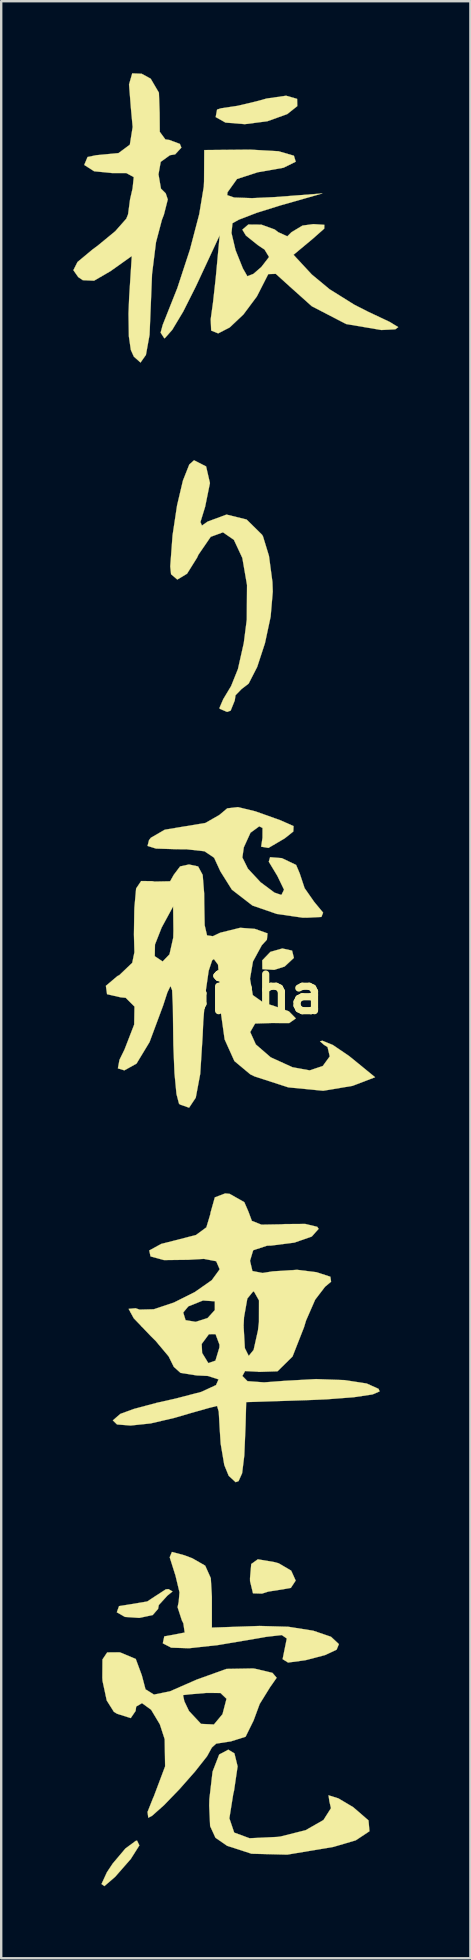
<source format=kicad_pcb>
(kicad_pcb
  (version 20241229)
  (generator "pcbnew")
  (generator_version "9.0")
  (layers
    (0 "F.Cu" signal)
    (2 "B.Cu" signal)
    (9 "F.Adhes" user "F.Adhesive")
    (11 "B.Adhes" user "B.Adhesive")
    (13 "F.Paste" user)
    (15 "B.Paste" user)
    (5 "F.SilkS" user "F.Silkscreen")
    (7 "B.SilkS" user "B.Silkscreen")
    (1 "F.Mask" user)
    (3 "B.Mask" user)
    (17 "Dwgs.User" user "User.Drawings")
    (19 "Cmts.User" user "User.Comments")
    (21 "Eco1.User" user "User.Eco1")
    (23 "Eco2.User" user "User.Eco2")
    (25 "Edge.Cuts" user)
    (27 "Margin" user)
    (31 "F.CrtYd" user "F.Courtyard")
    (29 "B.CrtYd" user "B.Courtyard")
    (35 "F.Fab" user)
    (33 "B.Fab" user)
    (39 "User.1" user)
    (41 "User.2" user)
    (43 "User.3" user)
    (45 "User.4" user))
  (footprint "bisha"
    (layer "F.Cu")
    (at 7.358 38.337)
    (property "Reference" "bisha" (at 0 0 0) (layer "F.SilkS") (effects (font (size 1.524 1.524) (thickness 0.3))))
    (attr through_hole)
    (fp_poly (pts (xy 1.752 -1.811) (xy 1.827 -1.508) (xy 1.442 -1.148) (xy 1.009 -1.01) (xy 0.515 -1.039) (xy 0.51 -1.401) (xy 0.512 -1.407) (xy 0.849 -1.759) (xy 1.346 -1.9) (xy 1.752 -1.811)) (stroke (width 0.01) (type solid)) (fill yes) (layer "F.SilkS"))
    (fp_poly (pts (xy -4.606 35.441) (xy -4.964 36.007) (xy -5.613 36.749) (xy -6.063 37.137) (xy -6.182 37.049) (xy -5.957 36.56) (xy -5.715 36.195) (xy -5.186 35.569) (xy -4.756 35.252) (xy -4.702 35.242) (xy -4.606 35.441)) (stroke (width 0.01) (type solid)) (fill yes) (layer "F.SilkS"))
    (fp_poly (pts (xy 0.993 23.643) (xy 1.191 23.695) (xy 1.714 24.002) (xy 1.902 24.416) (xy 1.7 24.721) (xy 1.455 24.765) (xy 0.757 24.876) (xy 0.502 24.958) (xy 0.125 24.947) (xy 0.002 24.439) (xy 0 24.323) (xy 0.052 23.726) (xy 0.326 23.53) (xy 0.993 23.643)) (stroke (width 0.01) (type solid)) (fill yes) (layer "F.SilkS"))
    (fp_poly (pts (xy 1.961 -37.271) (xy 1.968 -36.969) (xy 1.551 -36.637) (xy 0.723 -36.339) (xy -0.216 -36.218) (xy -1.021 -36.284) (xy -1.429 -36.513) (xy -1.371 -36.825) (xy -1.209 -36.878) (xy -0.515 -36.982) (xy 0.256 -37.165) (xy 0.696 -37.286) (xy 1.503 -37.402) (xy 1.961 -37.271)) (stroke (width 0.01) (type solid)) (fill yes) (layer "F.SilkS"))
    (fp_poly (pts (xy -3.226 24.87) (xy -3.44 25.043) (xy -3.797 25.435) (xy -3.827 25.594) (xy -4.05 25.851) (xy -4.607 25.97) (xy -5.207 25.929) (xy -5.545 25.736) (xy -5.452 25.479) (xy -4.959 25.4) (xy -4.279 25.286) (xy -3.969 25.082) (xy -3.505 24.781) (xy -3.394 24.77) (xy -3.226 24.87)) (stroke (width 0.01) (type solid)) (fill yes) (layer "F.SilkS"))
    (fp_poly (pts (xy -0.649 31.609) (xy -0.516 32.151) (xy -0.664 33.161) (xy -0.696 33.292) (xy -0.859 34.314) (xy -0.658 34.908) (xy -0.018 35.143) (xy 1.136 35.088) (xy 1.27 35.071) (xy 2.316 34.808) (xy 3.058 34.384) (xy 3.371 33.891) (xy 3.305 33.608) (xy 3.269 33.355) (xy 3.682 33.484) (xy 4.297 33.85) (xy 4.934 34.401) (xy 4.973 34.852) (xy 4.403 35.23) (xy 3.468 35.505) (xy 1.549 35.826) (xy 0.063 35.788) (xy -0.953 35.458) (xy -1.438 35.123) (xy -1.66 34.638) (xy -1.699 33.789) (xy -1.692 33.519) (xy -1.558 32.37) (xy -1.282 31.657) (xy -0.904 31.455) (xy -0.649 31.609)) (stroke (width 0.01) (type solid)) (fill yes) (layer "F.SilkS"))
    (fp_poly (pts (xy -2.722 23.366) (xy -2.402 23.487) (xy -1.865 23.795) (xy -1.632 24.315) (xy -1.587 25.086) (xy -1.587 26.374) (xy 0.397 26.305) (xy 1.596 26.339) (xy 2.63 26.502) (xy 3.374 26.756) (xy 3.701 27.061) (xy 3.606 27.292) (xy 3.127 27.517) (xy 2.335 27.725) (xy 2.282 27.735) (xy 1.585 27.829) (xy 1.358 27.687) (xy 1.445 27.254) (xy 1.532 26.828) (xy 1.324 26.684) (xy 0.676 26.758) (xy 0.433 26.802) (xy -1.322 27.099) (xy -2.537 27.233) (xy -3.28 27.209) (xy -3.624 27.031) (xy -3.629 27.024) (xy -3.568 26.739) (xy -3.183 26.67) (xy -2.719 26.579) (xy -2.775 26.194) (xy -2.835 26.077) (xy -3.015 25.525) (xy -2.968 25.299) (xy -2.935 24.904) (xy -3.105 24.196) (xy -3.122 24.146) (xy -3.343 23.446) (xy -3.25 23.223) (xy -2.722 23.366)) (stroke (width 0.01) (type solid)) (fill yes) (layer "F.SilkS"))
    (fp_poly (pts (xy -1.828 -21.969) (xy -1.668 -21.276) (xy -1.868 -20.289) (xy -2.064 -19.652) (xy -2.001 -19.507) (xy -1.76 -19.674) (xy -0.977 -19.964) (xy -0.141 -19.758) (xy 0.505 -19.121) (xy 0.543 -19.05) (xy 0.79 -18.242) (xy 0.934 -17.159) (xy 0.948 -16.755) (xy 0.859 -15.713) (xy 0.623 -14.609) (xy 0.299 -13.62) (xy -0.057 -12.926) (xy -0.352 -12.7) (xy -0.603 -12.442) (xy -0.635 -12.224) (xy -0.806 -11.801) (xy -0.953 -11.748) (xy -1.262 -11.879) (xy -1.27 -11.917) (xy -1.114 -12.28) (xy -0.786 -12.826) (xy -0.502 -13.533) (xy -0.259 -14.614) (xy -0.134 -15.593) (xy -0.124 -17.032) (xy -0.319 -18.159) (xy -0.67 -18.911) (xy -1.125 -19.225) (xy -1.635 -19.039) (xy -2.148 -18.291) (xy -2.203 -18.17) (xy -2.621 -17.502) (xy -3.026 -17.258) (xy -3.286 -17.48) (xy -3.32 -17.806) (xy -3.224 -19.101) (xy -3.037 -20.343) (xy -2.793 -21.377) (xy -2.527 -22.05) (xy -2.33 -22.225) (xy -1.828 -21.969)) (stroke (width 0.01) (type solid)) (fill yes) (layer "F.SilkS"))
    (fp_poly (pts (xy 0.228 -7.608) (xy 1.27 -7.236) (xy 1.813 -6.995) (xy 1.803 -6.769) (xy 1.447 -6.485) (xy 0.769 -6.086) (xy 0.465 -6.138) (xy 0.52 -6.509) (xy 0.522 -6.917) (xy 0.385 -6.985) (xy 0.02 -6.718) (xy -0.258 -6.109) (xy -0.318 -5.689) (xy -0.088 -5.224) (xy 0.438 -4.658) (xy 1.017 -4.226) (xy 1.307 -4.128) (xy 1.417 -4.347) (xy 1.135 -4.929) (xy 1.124 -4.946) (xy 0.782 -5.512) (xy 0.836 -5.7) (xy 1.326 -5.661) (xy 1.92 -5.378) (xy 2.068 -5.029) (xy 2.273 -4.412) (xy 2.673 -3.839) (xy 3.044 -3.391) (xy 2.973 -3.212) (xy 2.37 -3.181) (xy 2.192 -3.182) (xy 1.117 -3.337) (xy 0.1 -3.688) (xy -0.754 -4.348) (xy -1.233 -5.11) (xy -1.494 -5.677) (xy -1.894 -5.947) (xy -2.641 -6.029) (xy -3.039 -6.032) (xy -3.914 -6.059) (xy -4.266 -6.169) (xy -4.204 -6.411) (xy -4.128 -6.509) (xy -3.549 -6.844) (xy -2.708 -6.985) (xy -2.699 -6.985) (xy -1.855 -7.126) (xy -1.267 -7.464) (xy -1.264 -7.468) (xy -0.947 -7.734) (xy -0.501 -7.785) (xy 0.228 -7.608)) (stroke (width 0.01) (type solid)) (fill yes) (layer "F.SilkS"))
    (fp_poly (pts (xy -4.51 -38.317) (xy -4.134 -38.111) (xy -3.792 -37.528) (xy -3.762 -36.687) (xy -3.756 -35.899) (xy -3.524 -35.584) (xy -3.358 -35.56) (xy -2.92 -35.396) (xy -2.857 -35.242) (xy -3.115 -34.961) (xy -3.334 -34.925) (xy -3.717 -34.649) (xy -3.81 -34.131) (xy -3.707 -33.534) (xy -3.509 -33.337) (xy -3.423 -33.084) (xy -3.583 -32.453) (xy -3.667 -32.236) (xy -3.914 -31.3) (xy -4.078 -29.983) (xy -4.128 -28.744) (xy -4.182 -27.444) (xy -4.333 -26.611) (xy -4.558 -26.293) (xy -4.836 -26.54) (xy -4.961 -26.818) (xy -5.043 -27.385) (xy -5.058 -28.331) (xy -5.031 -29.007) (xy -4.921 -30.729) (xy -5.806 -30.099) (xy -6.492 -29.701) (xy -6.96 -29.722) (xy -7.152 -29.852) (xy -7.353 -30.139) (xy -7.181 -30.48) (xy -6.559 -30.998) (xy -6.347 -31.154) (xy -5.609 -31.762) (xy -5.15 -32.282) (xy -5.076 -32.466) (xy -4.994 -33.082) (xy -4.888 -33.546) (xy -4.839 -34.012) (xy -5.147 -34.181) (xy -5.731 -34.181) (xy -6.489 -34.257) (xy -6.893 -34.515) (xy -6.898 -34.528) (xy -6.762 -34.852) (xy -6.402 -34.925) (xy -5.477 -35.013) (xy -5.003 -35.362) (xy -4.885 -36.101) (xy -4.956 -36.866) (xy -5.036 -37.871) (xy -4.903 -38.332) (xy -4.51 -38.317)) (stroke (width 0.01) (type solid)) (fill yes) (layer "F.SilkS"))
    (fp_poly (pts (xy -5.403 27.408) (xy -4.756 27.679) (xy -4.503 28.362) (xy -4.35 28.943) (xy -3.998 29.162) (xy -3.333 29.027) (xy -2.241 28.548) (xy -2.241 28.547) (xy -0.981 28.094) (xy 0.132 28.074) (xy 0.231 28.091) (xy 0.935 28.258) (xy 1.11 28.462) (xy 0.857 28.825) (xy 0.849 28.833) (xy 0.403 29.554) (xy 0.149 30.242) (xy -0.184 30.917) (xy -0.809 31.115) (xy -0.828 31.115) (xy -1.409 31.205) (xy -1.587 31.366) (xy -1.788 31.731) (xy -2.288 32.365) (xy -2.936 33.1) (xy -3.583 33.77) (xy -4.076 34.208) (xy -4.234 34.29) (xy -4.266 34.049) (xy -4.034 33.465) (xy -4.01 33.417) (xy -3.534 32.151) (xy -3.552 31.02) (xy -3.753 30.401) (xy -4.117 29.793) (xy -4.496 29.519) (xy -4.738 29.661) (xy -4.763 29.845) (xy -4.965 30.141) (xy -5.536 29.96) (xy -5.666 29.882) (xy -5.965 29.407) (xy -6.012 29.184) (xy -2.789 29.184) (xy -2.733 29.441) (xy -2.54 29.845) (xy -2.038 30.382) (xy -1.502 30.407) (xy -1.145 29.978) (xy -0.978 29.337) (xy -1.23 29.096) (xy -1.826 29.094) (xy -2.494 29.15) (xy -2.789 29.184) (xy -6.012 29.184) (xy -6.139 28.596) (xy -6.148 28.457) (xy -6.142 27.7) (xy -5.944 27.405) (xy -5.436 27.404) (xy -5.403 27.408)) (stroke (width 0.01) (type solid)) (fill yes) (layer "F.SilkS"))
    (fp_poly (pts (xy 1.186 -35.091) (xy 1.828 -34.904) (xy 1.904 -34.655) (xy 1.396 -34.404) (xy 0.318 -34.214) (xy -0.541 -33.935) (xy -0.936 -33.382) (xy -0.948 -33.263) (xy -0.663 -33.164) (xy 0.086 -33.138) (xy 1.032 -33.182) (xy 3.016 -33.334) (xy 1.27 -32.837) (xy 0.272 -32.525) (xy -0.47 -32.239) (xy -0.73 -32.093) (xy -0.771 -31.687) (xy -0.602 -30.973) (xy -0.297 -30.213) (xy -0.11 -29.887) (xy 0.142 -29.985) (xy 0.473 -30.273) (xy 0.793 -30.688) (xy 0.606 -30.996) (xy 0.33 -31.181) (xy -0.171 -31.582) (xy -0.318 -31.826) (xy -0.071 -32.039) (xy 0.475 -32.034) (xy 1.03 -31.833) (xy 1.171 -31.722) (xy 1.554 -31.549) (xy 1.729 -31.722) (xy 2.186 -31.996) (xy 2.638 -32.057) (xy 3.095 -32.027) (xy 3.091 -31.869) (xy 2.614 -31.447) (xy 2.573 -31.413) (xy 1.812 -30.779) (xy 2.573 -29.959) (xy 3.313 -29.345) (xy 4.345 -28.7) (xy 4.921 -28.407) (xy 5.81 -27.988) (xy 6.171 -27.768) (xy 6.049 -27.677) (xy 5.495 -27.649) (xy 5.461 -27.649) (xy 4.001 -27.897) (xy 2.572 -28.638) (xy 1.637 -29.475) (xy 1.074 -29.986) (xy 0.76 -29.975) (xy 0.743 -29.94) (xy 0.288 -29.048) (xy -0.274 -28.294) (xy -0.845 -27.755) (xy -1.325 -27.507) (xy -1.616 -27.626) (xy -1.636 -28.099) (xy -1.538 -28.806) (xy -1.427 -29.81) (xy -1.394 -30.163) (xy -1.262 -31.591) (xy -2.261 -29.448) (xy -2.781 -28.415) (xy -3.237 -27.655) (xy -3.541 -27.312) (xy -3.569 -27.305) (xy -3.721 -27.538) (xy -3.634 -27.861) (xy -3.025 -29.395) (xy -2.5 -30.998) (xy -2.113 -32.473) (xy -1.923 -33.621) (xy -1.913 -33.842) (xy -1.905 -35.14) (xy 0 -35.158) (xy 1.186 -35.091)) (stroke (width 0.01) (type solid)) (fill yes) (layer "F.SilkS"))
    (fp_poly (pts (xy -2.16 -5.315) (xy -1.97 -4.962) (xy -1.908 -4.184) (xy -1.905 -3.799) (xy -1.887 -2.867) (xy -1.789 -2.446) (xy -1.545 -2.411) (xy -1.24 -2.556) (xy -0.409 -2.761) (xy 0.202 -2.716) (xy 0.729 -2.529) (xy 0.704 -2.266) (xy 0.49 -2.032) (xy 0.123 -1.357) (xy 0 -0.638) (xy 0.117 0.042) (xy 0.595 0.381) (xy 0.953 0.476) (xy 1.619 0.717) (xy 1.905 1.008) (xy 1.905 1.014) (xy 1.633 1.206) (xy 0.965 1.204) (xy 0.953 1.202) (xy 0.213 1.225) (xy 0.009 1.579) (xy 0.243 2.096) (xy 0.862 2.631) (xy 1.767 3.044) (xy 2.485 3.175) (xy 3.03 2.992) (xy 3.32 2.594) (xy 3.229 2.205) (xy 3.078 2.109) (xy 2.914 1.964) (xy 3.016 1.941) (xy 3.45 2.118) (xy 4.117 2.571) (xy 4.271 2.694) (xy 5.208 3.46) (xy 4.271 3.819) (xy 3.048 4.024) (xy 1.593 3.882) (xy 0.185 3.425) (xy 0.009 3.338) (xy -0.65 2.787) (xy -1.056 1.886) (xy -1.246 0.533) (xy -1.27 -0.421) (xy -1.33 -1.225) (xy -1.503 -1.458) (xy -1.574 -1.41) (xy -1.72 -0.974) (xy -1.851 -0.066) (xy -1.946 1.15) (xy -1.971 1.723) (xy -2.072 3.32) (xy -2.258 4.312) (xy -2.536 4.729) (xy -2.918 4.595) (xy -2.957 4.557) (xy -3.061 4.158) (xy -3.144 3.29) (xy -3.191 2.121) (xy -3.196 1.773) (xy -3.211 0.521) (xy -3.242 -0.161) (xy -3.311 -0.337) (xy -3.439 -0.071) (xy -3.617 0.476) (xy -4.182 1.997) (xy -4.725 2.894) (xy -5.231 3.175) (xy -5.5 3.092) (xy -5.434 2.736) (xy -5.222 2.302) (xy -4.822 1.268) (xy -4.809 0.519) (xy -5.176 0.153) (xy -5.385 0.134) (xy -5.951 0.004) (xy -6 -0.345) (xy -5.519 -0.751) (xy -5.441 -0.79) (xy -4.903 -1.303) (xy -4.845 -1.581) (xy -3.965 -1.581) (xy -3.961 -1.575) (xy -3.636 -1.359) (xy -3.352 -1.656) (xy -3.196 -2.349) (xy -3.188 -2.638) (xy -3.2 -3.651) (xy -3.678 -2.771) (xy -3.956 -2.064) (xy -3.965 -1.581) (xy -4.845 -1.581) (xy -4.812 -1.742) (xy -4.832 -2.484) (xy -4.817 -3.465) (xy -4.812 -3.609) (xy -4.741 -4.397) (xy -4.532 -4.708) (xy -4.062 -4.702) (xy -3.969 -4.685) (xy -3.325 -4.698) (xy -3.175 -4.965) (xy -2.91 -5.316) (xy -2.54 -5.397) (xy -2.16 -5.315)) (stroke (width 0.01) (type solid)) (fill yes) (layer "F.SilkS"))
    (fp_poly (pts (xy -0.85 8.315) (xy -0.237 8.661) (xy -0.068 9.05) (xy 0.078 9.441) (xy 0.478 9.599) (xy 1.31 9.584) (xy 1.441 9.574) (xy 2.3 9.568) (xy 2.8 9.688) (xy 2.857 9.773) (xy 2.572 10.093) (xy 1.847 10.346) (xy 0.876 10.47) (xy 0.714 10.473) (xy 0.132 10.664) (xy 0 11.105) (xy 0.101 11.529) (xy 0.525 11.61) (xy 0.941 11.543) (xy 1.961 11.478) (xy 2.766 11.577) (xy 3.346 11.766) (xy 3.376 11.973) (xy 3.125 12.183) (xy 2.713 12.722) (xy 2.333 13.592) (xy 2.25 13.867) (xy 1.771 15.087) (xy 1.146 15.703) (xy 0.359 15.729) (xy 0.333 15.721) (xy -0.205 15.693) (xy -0.318 15.898) (xy -0.104 16.114) (xy 0.588 16.164) (xy 1.44 16.1) (xy 2.75 16.027) (xy 3.939 16.07) (xy 4.857 16.211) (xy 5.352 16.434) (xy 5.397 16.539) (xy 5.104 16.666) (xy 4.319 16.783) (xy 3.187 16.87) (xy 2.619 16.895) (xy -0.159 16.986) (xy -0.184 17.939) (xy -0.237 19.204) (xy -0.328 19.946) (xy -0.476 20.275) (xy -0.598 20.32) (xy -0.887 20.054) (xy -1.07 19.606) (xy -1.221 18.717) (xy -1.266 18.018) (xy -1.301 17.384) (xy -1.371 17.145) (xy -1.705 17.228) (xy -2.46 17.441) (xy -3.149 17.643) (xy -4.136 17.873) (xy -4.972 17.961) (xy -5.537 17.916) (xy -5.711 17.747) (xy -5.397 17.476) (xy -4.837 17.271) (xy -3.89 17.017) (xy -3.096 16.839) (xy -2.024 16.559) (xy -1.415 16.277) (xy -1.31 16.04) (xy -1.753 15.897) (xy -2.223 15.875) (xy -2.891 15.77) (xy -3.175 15.517) (xy -3.175 15.512) (xy -3.388 15.082) (xy -3.821 14.565) (xy -2.011 14.565) (xy -1.993 14.939) (xy -1.734 15.362) (xy -1.439 15.26) (xy -1.274 14.712) (xy -1.27 14.596) (xy -1.435 14.155) (xy -1.711 14.159) (xy -2.011 14.565) (xy -3.821 14.565) (xy -3.918 14.448) (xy -4.128 14.24) (xy -4.526 13.823) (xy -0.266 13.823) (xy -0.214 14.74) (xy -0.053 15.063) (xy 0.151 14.811) (xy 0.332 14) (xy 0.372 13.654) (xy 0.374 12.751) (xy 0.168 12.387) (xy 0.128 12.383) (xy -0.111 12.675) (xy -0.249 13.456) (xy -0.266 13.823) (xy -4.526 13.823) (xy -4.84 13.495) (xy -4.971 13.256) (xy -2.78 13.256) (xy -2.682 13.574) (xy -2.26 13.644) (xy -1.766 13.486) (xy -1.464 13.154) (xy -1.465 12.789) (xy -1.954 12.756) (xy -1.961 12.757) (xy -2.567 13) (xy -2.78 13.256) (xy -4.971 13.256) (xy -5.053 13.104) (xy -4.762 13.078) (xy -4.597 13.135) (xy -4.005 13.12) (xy -3.167 12.84) (xy -2.293 12.401) (xy -1.592 11.91) (xy -1.273 11.473) (xy -1.27 11.438) (xy -1.408 11.121) (xy -1.919 11.023) (xy -2.568 11.061) (xy -3.581 11.073) (xy -4.14 10.92) (xy -4.195 10.673) (xy -3.697 10.4) (xy -3.133 10.257) (xy -2.25 10.029) (xy -1.817 9.711) (xy -1.651 9.159) (xy -1.644 9.101) (xy -1.464 8.462) (xy -1.034 8.298) (xy -0.85 8.315)) (stroke (width 0.01) (type solid)) (fill yes) (layer "F.SilkS")))
  (gr_rect
    (start -3 -3)
    (end 16.534 78.478)
    (stroke (width 0.1) (type default))
    (fill no)
    (layer "Edge.Cuts")))
</source>
